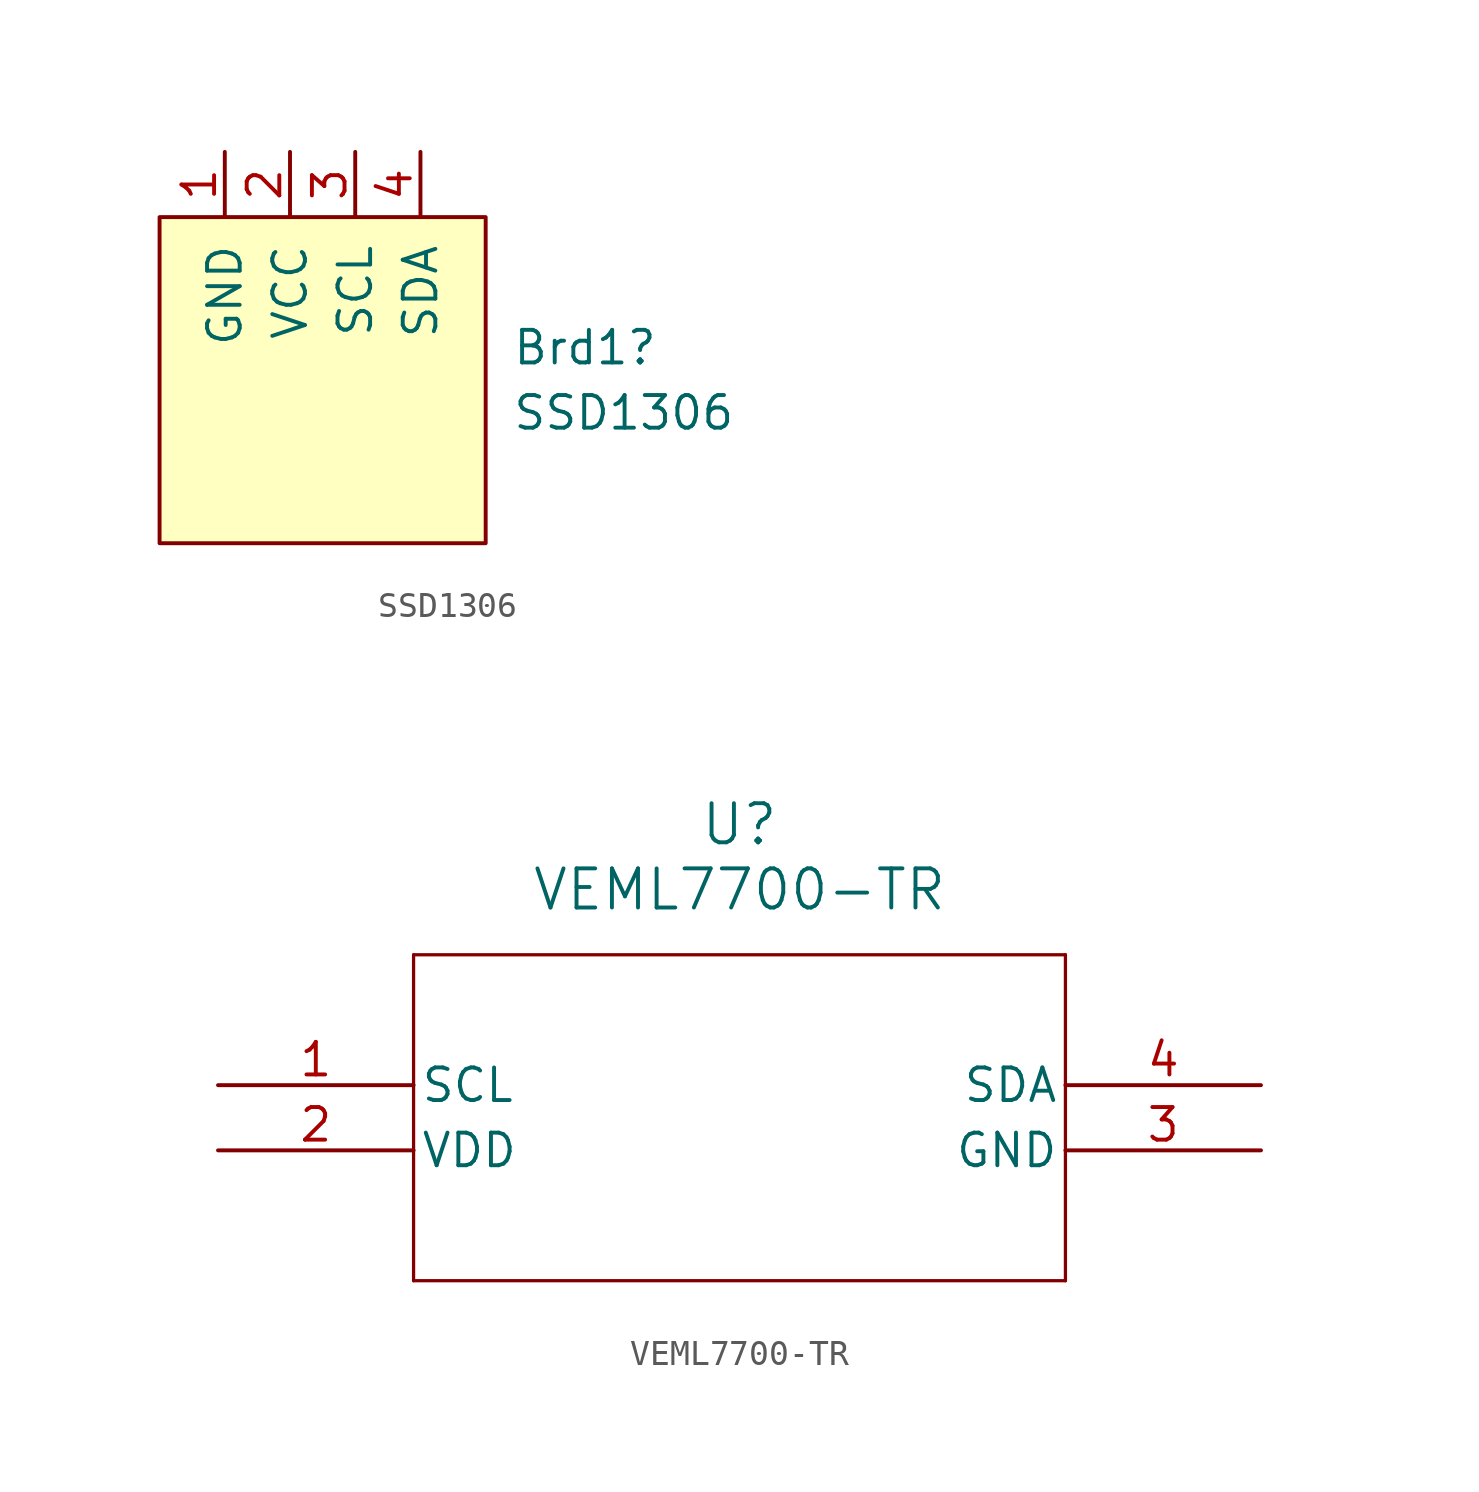
<source format=kicad_sym>
(kicad_symbol_lib
  (version 20231120)
  (generator "kicad_symbol_editor")
  (generator_version "8.0")
  (symbol "SSD1306"
    (pin_names
      (offset 1.016))
    (property "Reference" "Brd1"
      (at 7.366 1.27 0)
      (effects (font (size 1.27 1.27)) (justify left)))
    (property "Value" "SSD1306"
      (at 7.366 -1.27 0)
      (effects (font (size 1.27 1.27)) (justify left)))
    (symbol "SSD1306_0_1"
      (rectangle (start -6.35 6.35) (end 6.35 -6.35) (stroke (width 0) (type solid)) (fill (type background))))
    (symbol "SSD1306_1_1"
      (pin input line (at -3.81 8.89 270) (length 2.54) (name "GND" (effects (font (size 1.27 1.27)))) (number "1" (effects (font (size 1.27 1.27)))))
      (pin input line (at -1.27 8.89 270) (length 2.54) (name "VCC" (effects (font (size 1.27 1.27)))) (number "2" (effects (font (size 1.27 1.27)))))
      (pin input line (at 1.27 8.89 270) (length 2.54) (name "SCL" (effects (font (size 1.27 1.27)))) (number "3" (effects (font (size 1.27 1.27)))))
      (pin input line (at 3.81 8.89 270) (length 2.54) (name "SDA" (effects (font (size 1.27 1.27)))) (number "4" (effects (font (size 1.27 1.27)))))))
  (symbol "VEML7700-TR"
    (pin_names
      (offset 0.254))
    (property "Reference" "U"
      (at 20.32 10.16 0)
      (effects (font (size 1.524 1.524))))
    (property "Value" "VEML7700-TR"
      (at 20.32 7.62 0)
      (effects (font (size 1.524 1.524))))
    (property "ki_locked" ""
      (at 0 0 0)
      (effects (font (size 1.27 1.27))))
    (symbol "VEML7700-TR_0_1"
      (polyline (pts (xy 7.62 -7.62) (xy 33.02 -7.62)) (stroke (width 0.127) (type default)) (fill (type none)))
      (polyline (pts (xy 7.62 5.08) (xy 7.62 -7.62)) (stroke (width 0.127) (type default)) (fill (type none)))
      (polyline (pts (xy 33.02 -7.62) (xy 33.02 5.08)) (stroke (width 0.127) (type default)) (fill (type none)))
      (polyline (pts (xy 33.02 5.08) (xy 7.62 5.08)) (stroke (width 0.127) (type default)) (fill (type none)))
      (pin unspecified line (at 0 0 0) (length 7.62) (name "SCL" (effects (font (size 1.27 1.27)))) (number "1" (effects (font (size 1.27 1.27)))))
      (pin power_in line (at 0 -2.54 0) (length 7.62) (name "VDD" (effects (font (size 1.27 1.27)))) (number "2" (effects (font (size 1.27 1.27)))))
      (pin power_out line (at 40.64 -2.54 180) (length 7.62) (name "GND" (effects (font (size 1.27 1.27)))) (number "3" (effects (font (size 1.27 1.27)))))
      (pin unspecified line (at 40.64 0 180) (length 7.62) (name "SDA" (effects (font (size 1.27 1.27)))) (number "4" (effects (font (size 1.27 1.27))))))))
</source>
